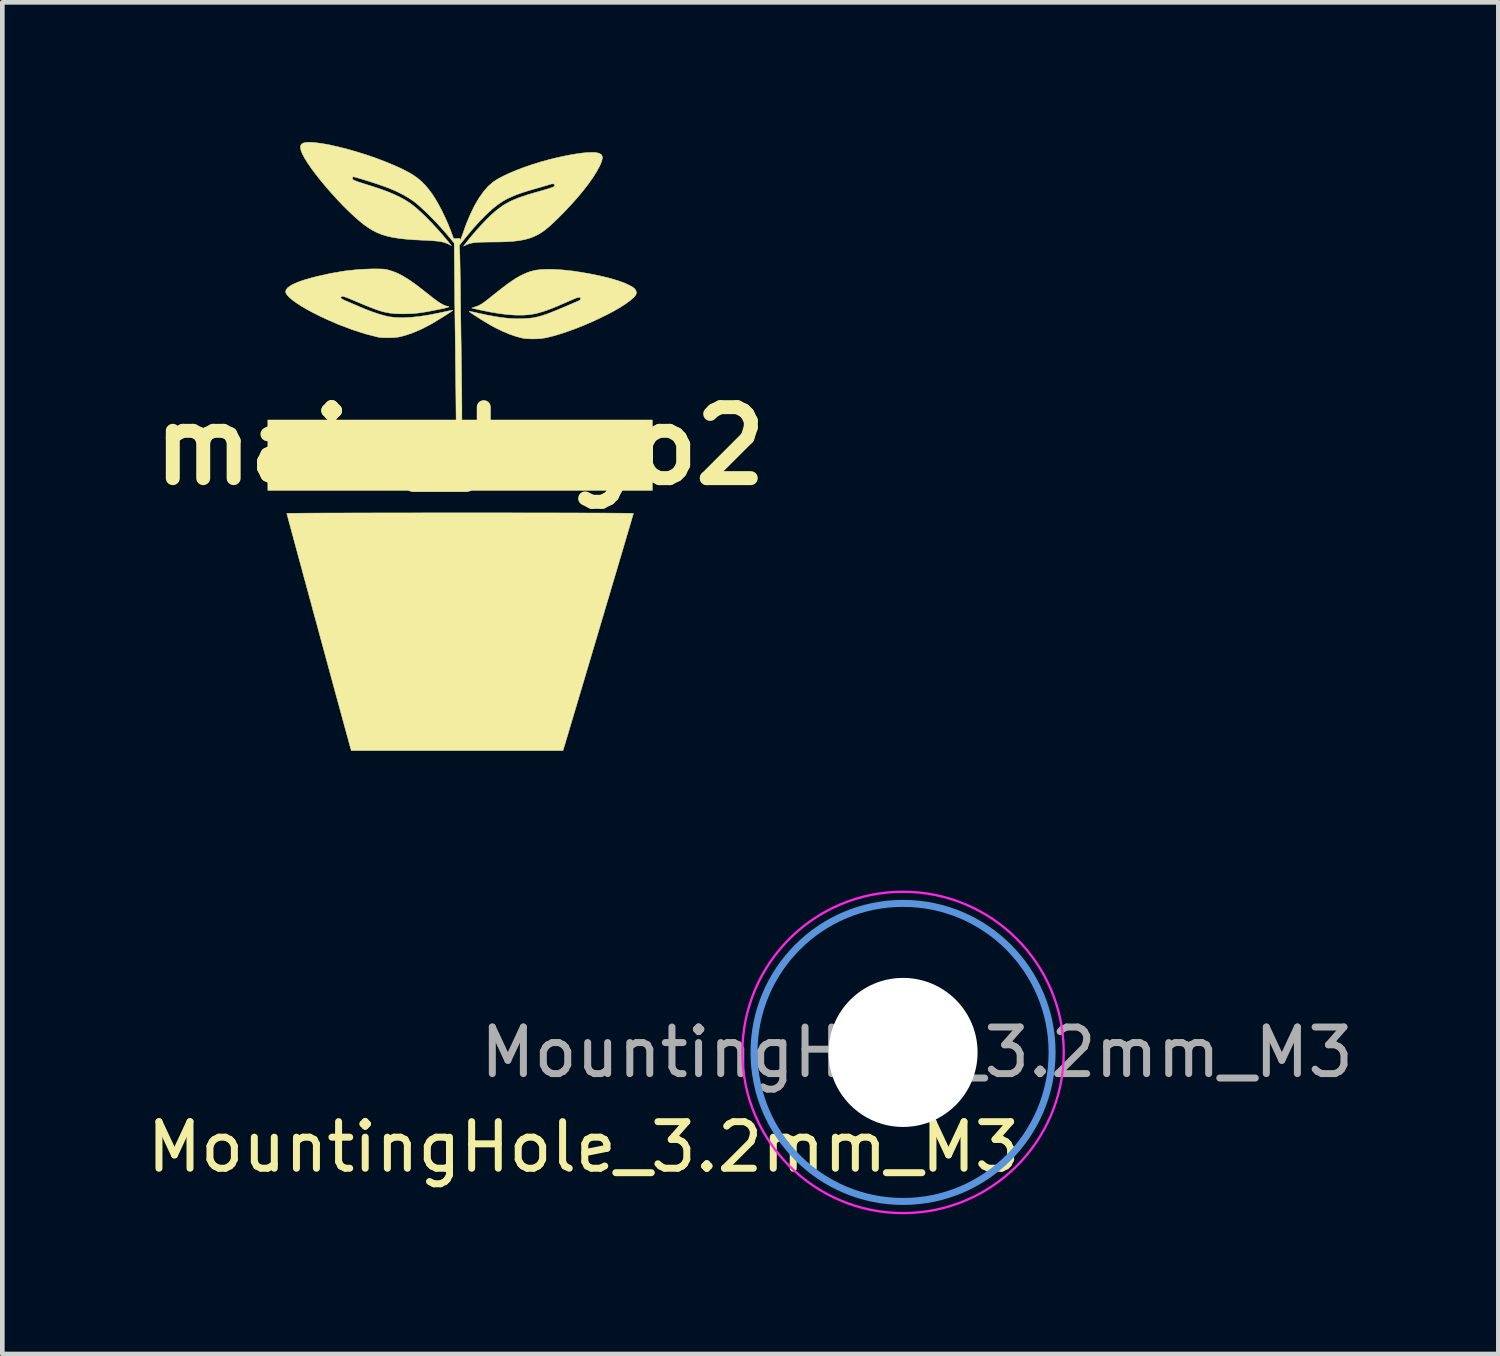
<source format=kicad_pcb>
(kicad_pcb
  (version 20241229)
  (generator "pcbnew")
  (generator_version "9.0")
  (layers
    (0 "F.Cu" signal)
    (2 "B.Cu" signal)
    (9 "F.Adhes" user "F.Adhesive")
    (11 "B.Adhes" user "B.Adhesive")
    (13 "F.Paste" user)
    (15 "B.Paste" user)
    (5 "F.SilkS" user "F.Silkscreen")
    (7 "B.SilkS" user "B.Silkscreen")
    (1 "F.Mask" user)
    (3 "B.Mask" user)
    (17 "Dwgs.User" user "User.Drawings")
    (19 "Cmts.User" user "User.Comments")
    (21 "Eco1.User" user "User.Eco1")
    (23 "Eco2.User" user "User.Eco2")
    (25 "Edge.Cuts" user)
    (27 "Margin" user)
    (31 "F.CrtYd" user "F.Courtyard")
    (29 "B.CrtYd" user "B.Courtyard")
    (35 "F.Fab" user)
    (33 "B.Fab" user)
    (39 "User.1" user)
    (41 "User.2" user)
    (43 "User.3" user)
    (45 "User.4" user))
  (footprint "main_logo2"
    (layer "F.Cu")
    (at 6.829 6.527)
    (property "Reference" "main_logo2" (at 0 0 0) (layer "F.SilkS") (effects (font (size 1.524 1.524) (thickness 0.3))))
    (attr through_hole)
    (fp_poly (pts (xy 0.398 1.435) (xy 0.771 1.435) (xy 1.12 1.435) (xy 1.444 1.436) (xy 1.745 1.436) (xy 2.022 1.436) (xy 2.277 1.437) (xy 2.51 1.437) (xy 2.72 1.438) (xy 2.909 1.438) (xy 3.078 1.439) (xy 3.225 1.44) (xy 3.353 1.441) (xy 3.46 1.442) (xy 3.549 1.443) (xy 3.619 1.444) (xy 3.67 1.445) (xy 3.704 1.447) (xy 3.72 1.448) (xy 3.721 1.449) (xy 3.718 1.462) (xy 3.707 1.498) (xy 3.69 1.555) (xy 3.668 1.633) (xy 3.639 1.729) (xy 3.605 1.843) (xy 3.567 1.973) (xy 3.524 2.117) (xy 3.478 2.275) (xy 3.427 2.445) (xy 3.374 2.625) (xy 3.318 2.814) (xy 3.259 3.011) (xy 3.199 3.215) (xy 3.137 3.423) (xy 3.074 3.635) (xy 3.01 3.849) (xy 2.947 4.064) (xy 2.883 4.279) (xy 2.82 4.491) (xy 2.758 4.7) (xy 2.697 4.905) (xy 2.638 5.103) (xy 2.581 5.294) (xy 2.527 5.476) (xy 2.476 5.647) (xy 2.428 5.807) (xy 2.384 5.954) (xy 2.345 6.087) (xy 2.31 6.204) (xy 2.28 6.304) (xy 2.256 6.385) (xy 2.237 6.446) (xy 2.225 6.486) (xy 2.221 6.499) (xy 2.208 6.54) (xy -2.335 6.54) (xy -2.348 6.499) (xy -2.353 6.481) (xy -2.365 6.44) (xy -2.382 6.378) (xy -2.404 6.296) (xy -2.432 6.195) (xy -2.464 6.077) (xy -2.501 5.943) (xy -2.541 5.794) (xy -2.585 5.633) (xy -2.633 5.46) (xy -2.683 5.276) (xy -2.735 5.084) (xy -2.789 4.885) (xy -2.845 4.679) (xy -2.902 4.469) (xy -2.96 4.256) (xy -3.019 4.04) (xy -3.077 3.825) (xy -3.136 3.61) (xy -3.193 3.398) (xy -3.25 3.189) (xy -3.305 2.986) (xy -3.359 2.789) (xy -3.41 2.6) (xy -3.459 2.42) (xy -3.504 2.252) (xy -3.547 2.095) (xy -3.585 1.952) (xy -3.62 1.824) (xy -3.65 1.712) (xy -3.676 1.618) (xy -3.696 1.543) (xy -3.71 1.489) (xy -3.719 1.456) (xy -3.721 1.447) (xy -3.708 1.446) (xy -3.671 1.445) (xy -3.609 1.444) (xy -3.523 1.443) (xy -3.414 1.442) (xy -3.283 1.441) (xy -3.128 1.44) (xy -2.952 1.439) (xy -2.755 1.438) (xy -2.537 1.438) (xy -2.299 1.437) (xy -2.041 1.437) (xy -1.764 1.436) (xy -1.469 1.436) (xy -1.155 1.436) (xy -0.823 1.435) (xy -0.475 1.435) (xy -0.11 1.435) (xy 0 1.435) (xy 0.398 1.435)) (stroke (width 0.01) (type solid)) (fill yes) (layer "F.SilkS"))
    (fp_poly (pts (xy 2.051 -3.792) (xy 2.228 -3.779) (xy 2.419 -3.758) (xy 2.623 -3.727) (xy 2.837 -3.688) (xy 2.87 -3.682) (xy 3.074 -3.637) (xy 3.255 -3.591) (xy 3.411 -3.543) (xy 3.544 -3.494) (xy 3.636 -3.451) (xy 3.702 -3.414) (xy 3.747 -3.379) (xy 3.773 -3.345) (xy 3.784 -3.307) (xy 3.785 -3.293) (xy 3.781 -3.266) (xy 3.768 -3.239) (xy 3.742 -3.207) (xy 3.718 -3.183) (xy 3.645 -3.119) (xy 3.55 -3.05) (xy 3.437 -2.977) (xy 3.307 -2.902) (xy 3.164 -2.826) (xy 3.011 -2.751) (xy 2.851 -2.676) (xy 2.686 -2.605) (xy 2.519 -2.537) (xy 2.353 -2.476) (xy 2.192 -2.42) (xy 2.037 -2.373) (xy 1.892 -2.336) (xy 1.84 -2.324) (xy 1.75 -2.31) (xy 1.648 -2.302) (xy 1.542 -2.3) (xy 1.44 -2.304) (xy 1.353 -2.315) (xy 1.333 -2.318) (xy 1.202 -2.353) (xy 1.057 -2.403) (xy 0.907 -2.466) (xy 0.756 -2.54) (xy 0.658 -2.593) (xy 0.597 -2.629) (xy 0.53 -2.669) (xy 0.461 -2.711) (xy 0.394 -2.754) (xy 0.331 -2.794) (xy 0.277 -2.83) (xy 0.234 -2.859) (xy 0.205 -2.881) (xy 0.195 -2.891) (xy 0.195 -2.891) (xy 0.208 -2.89) (xy 0.242 -2.885) (xy 0.292 -2.875) (xy 0.354 -2.861) (xy 0.395 -2.852) (xy 0.584 -2.811) (xy 0.754 -2.78) (xy 0.908 -2.756) (xy 1.05 -2.741) (xy 1.184 -2.734) (xy 1.314 -2.733) (xy 1.357 -2.734) (xy 1.439 -2.739) (xy 1.516 -2.746) (xy 1.592 -2.758) (xy 1.67 -2.775) (xy 1.752 -2.797) (xy 1.842 -2.827) (xy 1.943 -2.864) (xy 2.059 -2.91) (xy 2.192 -2.966) (xy 2.299 -3.011) (xy 2.372 -3.043) (xy 2.439 -3.072) (xy 2.496 -3.096) (xy 2.537 -3.114) (xy 2.561 -3.124) (xy 2.562 -3.125) (xy 2.584 -3.143) (xy 2.59 -3.167) (xy 2.58 -3.188) (xy 2.572 -3.192) (xy 2.561 -3.195) (xy 2.545 -3.193) (xy 2.522 -3.187) (xy 2.488 -3.176) (xy 2.442 -3.157) (xy 2.38 -3.131) (xy 2.298 -3.095) (xy 2.248 -3.073) (xy 2.1 -3.009) (xy 1.97 -2.956) (xy 1.856 -2.913) (xy 1.753 -2.879) (xy 1.66 -2.853) (xy 1.571 -2.834) (xy 1.483 -2.821) (xy 1.393 -2.813) (xy 1.346 -2.811) (xy 1.197 -2.811) (xy 1.029 -2.822) (xy 0.843 -2.845) (xy 0.643 -2.878) (xy 0.432 -2.921) (xy 0.37 -2.935) (xy 0.25 -2.963) (xy 0.331 -2.99) (xy 0.367 -3.003) (xy 0.4 -3.017) (xy 0.434 -3.034) (xy 0.471 -3.056) (xy 0.514 -3.086) (xy 0.566 -3.125) (xy 0.631 -3.176) (xy 0.711 -3.24) (xy 0.746 -3.268) (xy 0.879 -3.373) (xy 0.996 -3.463) (xy 1.101 -3.537) (xy 1.196 -3.6) (xy 1.285 -3.651) (xy 1.369 -3.693) (xy 1.452 -3.727) (xy 1.524 -3.752) (xy 1.625 -3.776) (xy 1.747 -3.79) (xy 1.89 -3.796) (xy 2.051 -3.792)) (stroke (width 0.01) (type solid)) (fill yes) (layer "F.SilkS"))
    (fp_poly (pts (xy -1.723 -3.802) (xy -1.668 -3.8) (xy -1.625 -3.797) (xy -1.588 -3.792) (xy -1.554 -3.784) (xy -1.522 -3.775) (xy -1.436 -3.747) (xy -1.351 -3.713) (xy -1.263 -3.67) (xy -1.172 -3.617) (xy -1.072 -3.553) (xy -0.963 -3.476) (xy -0.842 -3.384) (xy -0.705 -3.276) (xy -0.703 -3.274) (xy -0.603 -3.195) (xy -0.519 -3.132) (xy -0.448 -3.082) (xy -0.389 -3.046) (xy -0.338 -3.021) (xy -0.294 -3.006) (xy -0.27 -3.001) (xy -0.248 -2.996) (xy -0.24 -2.991) (xy -0.247 -2.984) (xy -0.271 -2.976) (xy -0.314 -2.965) (xy -0.378 -2.95) (xy -0.465 -2.933) (xy -0.483 -2.929) (xy -0.614 -2.903) (xy -0.725 -2.882) (xy -0.822 -2.866) (xy -0.908 -2.855) (xy -0.989 -2.847) (xy -1.07 -2.842) (xy -1.156 -2.84) (xy -1.232 -2.839) (xy -1.323 -2.84) (xy -1.406 -2.843) (xy -1.483 -2.851) (xy -1.559 -2.863) (xy -1.637 -2.88) (xy -1.72 -2.903) (xy -1.811 -2.934) (xy -1.914 -2.973) (xy -2.032 -3.02) (xy -2.169 -3.078) (xy -2.21 -3.095) (xy -2.309 -3.137) (xy -2.388 -3.17) (xy -2.449 -3.193) (xy -2.493 -3.208) (xy -2.524 -3.214) (xy -2.544 -3.214) (xy -2.554 -3.206) (xy -2.559 -3.192) (xy -2.559 -3.182) (xy -2.55 -3.167) (xy -2.521 -3.148) (xy -2.471 -3.124) (xy -2.445 -3.113) (xy -2.39 -3.09) (xy -2.321 -3.06) (xy -2.244 -3.027) (xy -2.167 -2.994) (xy -2.146 -2.985) (xy -2.013 -2.93) (xy -1.882 -2.88) (xy -1.757 -2.838) (xy -1.643 -2.804) (xy -1.546 -2.78) (xy -1.519 -2.775) (xy -1.382 -2.759) (xy -1.229 -2.755) (xy -1.059 -2.763) (xy -0.869 -2.783) (xy -0.66 -2.816) (xy -0.431 -2.861) (xy -0.357 -2.877) (xy -0.29 -2.892) (xy -0.232 -2.904) (xy -0.188 -2.912) (xy -0.161 -2.916) (xy -0.156 -2.916) (xy -0.164 -2.908) (xy -0.19 -2.888) (xy -0.232 -2.86) (xy -0.284 -2.826) (xy -0.345 -2.787) (xy -0.411 -2.746) (xy -0.477 -2.705) (xy -0.541 -2.666) (xy -0.6 -2.631) (xy -0.649 -2.603) (xy -0.654 -2.601) (xy -0.844 -2.504) (xy -1.023 -2.428) (xy -1.194 -2.371) (xy -1.312 -2.342) (xy -1.366 -2.334) (xy -1.435 -2.329) (xy -1.514 -2.326) (xy -1.594 -2.326) (xy -1.668 -2.328) (xy -1.729 -2.333) (xy -1.759 -2.338) (xy -2.027 -2.406) (xy -2.308 -2.496) (xy -2.6 -2.606) (xy -2.843 -2.711) (xy -3.002 -2.785) (xy -3.15 -2.859) (xy -3.284 -2.931) (xy -3.405 -3.002) (xy -3.509 -3.069) (xy -3.597 -3.132) (xy -3.665 -3.19) (xy -3.714 -3.242) (xy -3.741 -3.287) (xy -3.747 -3.313) (xy -3.735 -3.357) (xy -3.7 -3.4) (xy -3.641 -3.444) (xy -3.559 -3.487) (xy -3.452 -3.531) (xy -3.32 -3.575) (xy -3.163 -3.619) (xy -3.092 -3.637) (xy -2.776 -3.708) (xy -2.47 -3.76) (xy -2.176 -3.791) (xy -1.896 -3.803) (xy -1.886 -3.803) (xy -1.794 -3.803) (xy -1.723 -3.802)) (stroke (width 0.01) (type solid)) (fill yes) (layer "F.SilkS"))
    (fp_poly (pts (xy -3.115 -6.515) (xy -2.963 -6.495) (xy -2.792 -6.464) (xy -2.608 -6.422) (xy -2.413 -6.373) (xy -2.213 -6.315) (xy -2.011 -6.252) (xy -1.811 -6.183) (xy -1.618 -6.11) (xy -1.435 -6.035) (xy -1.27 -5.961) (xy -1.135 -5.893) (xy -1.019 -5.826) (xy -0.919 -5.757) (xy -0.83 -5.682) (xy -0.747 -5.598) (xy -0.665 -5.5) (xy -0.604 -5.417) (xy -0.538 -5.317) (xy -0.468 -5.197) (xy -0.397 -5.063) (xy -0.327 -4.918) (xy -0.26 -4.769) (xy -0.2 -4.62) (xy -0.173 -4.547) (xy -0.139 -4.451) (xy -0.069 -4.456) (xy -0.03 -4.458) (xy -0.009 -4.455) (xy -0.001 -4.445) (xy 0.001 -4.424) (xy 0.001 -4.424) (xy 0.004 -4.421) (xy 0.014 -4.44) (xy 0.03 -4.478) (xy 0.049 -4.533) (xy 0.056 -4.553) (xy 0.136 -4.777) (xy 0.222 -4.98) (xy 0.311 -5.163) (xy 0.405 -5.323) (xy 0.502 -5.461) (xy 0.602 -5.576) (xy 0.704 -5.665) (xy 0.71 -5.67) (xy 0.8 -5.729) (xy 0.913 -5.79) (xy 1.045 -5.853) (xy 1.193 -5.915) (xy 1.354 -5.977) (xy 1.526 -6.037) (xy 1.706 -6.093) (xy 1.89 -6.145) (xy 2.045 -6.184) (xy 2.205 -6.22) (xy 2.358 -6.25) (xy 2.501 -6.274) (xy 2.63 -6.292) (xy 2.745 -6.302) (xy 2.841 -6.305) (xy 2.916 -6.301) (xy 2.925 -6.3) (xy 2.986 -6.285) (xy 3.027 -6.262) (xy 3.05 -6.228) (xy 3.055 -6.183) (xy 3.042 -6.122) (xy 3.012 -6.045) (xy 2.997 -6.013) (xy 2.936 -5.899) (xy 2.856 -5.772) (xy 2.76 -5.635) (xy 2.649 -5.491) (xy 2.525 -5.341) (xy 2.39 -5.189) (xy 2.246 -5.036) (xy 2.119 -4.908) (xy 2.029 -4.82) (xy 1.952 -4.748) (xy 1.886 -4.69) (xy 1.827 -4.642) (xy 1.773 -4.602) (xy 1.719 -4.568) (xy 1.664 -4.536) (xy 1.661 -4.535) (xy 1.576 -4.494) (xy 1.485 -4.46) (xy 1.385 -4.433) (xy 1.272 -4.412) (xy 1.146 -4.397) (xy 1.001 -4.387) (xy 0.836 -4.382) (xy 0.726 -4.381) (xy 0.596 -4.38) (xy 0.488 -4.378) (xy 0.399 -4.375) (xy 0.326 -4.369) (xy 0.266 -4.361) (xy 0.217 -4.351) (xy 0.174 -4.338) (xy 0.143 -4.325) (xy 0.075 -4.293) (xy 0.116 -4.347) (xy 0.228 -4.487) (xy 0.343 -4.622) (xy 0.458 -4.749) (xy 0.569 -4.865) (xy 0.673 -4.967) (xy 0.768 -5.05) (xy 0.781 -5.06) (xy 0.854 -5.117) (xy 0.925 -5.167) (xy 0.998 -5.211) (xy 1.075 -5.253) (xy 1.16 -5.291) (xy 1.255 -5.329) (xy 1.365 -5.367) (xy 1.492 -5.408) (xy 1.64 -5.451) (xy 1.699 -5.468) (xy 1.8 -5.497) (xy 1.879 -5.52) (xy 1.938 -5.539) (xy 1.98 -5.554) (xy 2.008 -5.567) (xy 2.025 -5.577) (xy 2.031 -5.587) (xy 2.032 -5.592) (xy 2.023 -5.62) (xy 1.995 -5.631) (xy 1.95 -5.625) (xy 1.937 -5.62) (xy 1.906 -5.611) (xy 1.856 -5.595) (xy 1.791 -5.576) (xy 1.716 -5.555) (xy 1.637 -5.532) (xy 1.634 -5.532) (xy 1.471 -5.484) (xy 1.33 -5.439) (xy 1.207 -5.395) (xy 1.1 -5.351) (xy 1.005 -5.306) (xy 0.92 -5.258) (xy 0.84 -5.206) (xy 0.827 -5.197) (xy 0.703 -5.1) (xy 0.57 -4.979) (xy 0.428 -4.836) (xy 0.278 -4.669) (xy 0.119 -4.478) (xy 0.103 -4.458) (xy -0.015 -4.312) (xy -0.007 -4.128) (xy -0.005 -4.076) (xy -0.004 -4.002) (xy -0.002 -3.911) (xy 0.000399 -3.805) (xy 0.002 -3.688) (xy 0.004 -3.563) (xy 0.006 -3.435) (xy 0.007 -3.346) (xy 0.008 -3.221) (xy 0.01 -3.074) (xy 0.012 -2.912) (xy 0.014 -2.738) (xy 0.017 -2.557) (xy 0.019 -2.374) (xy 0.022 -2.193) (xy 0.024 -2.02) (xy 0.026 -1.911) (xy 0.028 -1.759) (xy 0.03 -1.607) (xy 0.032 -1.459) (xy 0.033 -1.318) (xy 0.035 -1.187) (xy 0.036 -1.069) (xy 0.037 -0.966) (xy 0.038 -0.883) (xy 0.038 -0.821) (xy 0.038 -0.816) (xy 0.038 -0.559) (xy 4.128 -0.559) (xy 4.128 0.953) (xy -4.128 0.953) (xy -4.128 -0.559) (xy -0.085 -0.559) (xy -0.094 -1.4) (xy -0.096 -1.558) (xy -0.098 -1.719) (xy -0.1 -1.88) (xy -0.101 -2.038) (xy -0.103 -2.187) (xy -0.105 -2.326) (xy -0.106 -2.45) (xy -0.108 -2.555) (xy -0.109 -2.635) (xy -0.11 -2.73) (xy -0.112 -2.846) (xy -0.113 -2.978) (xy -0.115 -3.121) (xy -0.116 -3.271) (xy -0.118 -3.424) (xy -0.119 -3.574) (xy -0.12 -3.693) (xy -0.127 -4.357) (xy -0.282 -4.544) (xy -0.364 -4.639) (xy -0.454 -4.739) (xy -0.551 -4.841) (xy -0.649 -4.941) (xy -0.746 -5.036) (xy -0.837 -5.121) (xy -0.92 -5.194) (xy -0.991 -5.251) (xy -0.991 -5.251) (xy -1.103 -5.327) (xy -1.236 -5.403) (xy -1.382 -5.475) (xy -1.538 -5.541) (xy -1.645 -5.58) (xy -1.734 -5.611) (xy -1.827 -5.642) (xy -1.919 -5.672) (xy -2.009 -5.7) (xy -2.092 -5.726) (xy -2.165 -5.748) (xy -2.225 -5.765) (xy -2.269 -5.777) (xy -2.293 -5.782) (xy -2.296 -5.781) (xy -2.308 -5.766) (xy -2.311 -5.747) (xy -2.31 -5.735) (xy -2.304 -5.725) (xy -2.292 -5.715) (xy -2.27 -5.703) (xy -2.236 -5.689) (xy -2.188 -5.672) (xy -2.123 -5.651) (xy -2.038 -5.624) (xy -1.943 -5.594) (xy -1.751 -5.532) (xy -1.581 -5.471) (xy -1.432 -5.41) (xy -1.3 -5.348) (xy -1.183 -5.284) (xy -1.079 -5.217) (xy -1.041 -5.19) (xy -0.95 -5.118) (xy -0.849 -5.027) (xy -0.738 -4.922) (xy -0.622 -4.803) (xy -0.503 -4.675) (xy -0.384 -4.541) (xy -0.273 -4.409) (xy -0.186 -4.303) (xy -0.253 -4.337) (xy -0.296 -4.356) (xy -0.343 -4.372) (xy -0.397 -4.385) (xy -0.462 -4.396) (xy -0.54 -4.404) (xy -0.636 -4.411) (xy -0.753 -4.418) (xy -0.794 -4.419) (xy -0.989 -4.429) (xy -1.161 -4.442) (xy -1.314 -4.459) (xy -1.451 -4.481) (xy -1.574 -4.508) (xy -1.686 -4.543) (xy -1.79 -4.586) (xy -1.89 -4.637) (xy -1.988 -4.699) (xy -2.087 -4.771) (xy -2.189 -4.856) (xy -2.286 -4.942) (xy -2.405 -5.054) (xy -2.526 -5.175) (xy -2.647 -5.303) (xy -2.767 -5.436) (xy -2.884 -5.569) (xy -2.994 -5.702) (xy -3.096 -5.831) (xy -3.188 -5.953) (xy -3.267 -6.067) (xy -3.331 -6.169) (xy -3.379 -6.257) (xy -3.38 -6.258) (xy -3.413 -6.337) (xy -3.428 -6.4) (xy -3.425 -6.449) (xy -3.403 -6.485) (xy -3.36 -6.508) (xy -3.297 -6.52) (xy -3.211 -6.522) (xy -3.115 -6.515)) (stroke (width 0.01) (type solid)) (fill yes) (layer "F.SilkS")))
  (footprint "MountingHole_3.2mm_M3"
    (layer "F.Cu")
    (at 16.34 19.547)
    (property "Reference" "MountingHole_3.2mm_M3" (at -6.858 2.032 0) (layer "F.SilkS") (effects (font (size 1 1) (thickness 0.15))))
    (attr exclude_from_pos_files exclude_from_bom)
    (fp_circle (center 0 0) (end 3.2 0) (stroke (width 0.15) (type solid)) (fill no) (layer "Cmts.User"))
    (fp_circle (center 0 0) (end 3.45 0) (stroke (width 0.05) (type solid)) (fill no) (layer "F.CrtYd"))
    (fp_text user "${REFERENCE}" (at 0.3 0 0) (layer "F.Fab") (effects (font (size 1 1) (thickness 0.15))))
    (pad "" np_thru_hole circle (at 0 0) (size 3.2 3.2) (drill 3.2) (layers "*.Cu" "*.Mask")))
  (gr_rect
    (start -3 -3)
    (end 29.122 26.022)
    (stroke (width 0.1) (type default))
    (fill no)
    (layer "Edge.Cuts")))
</source>
